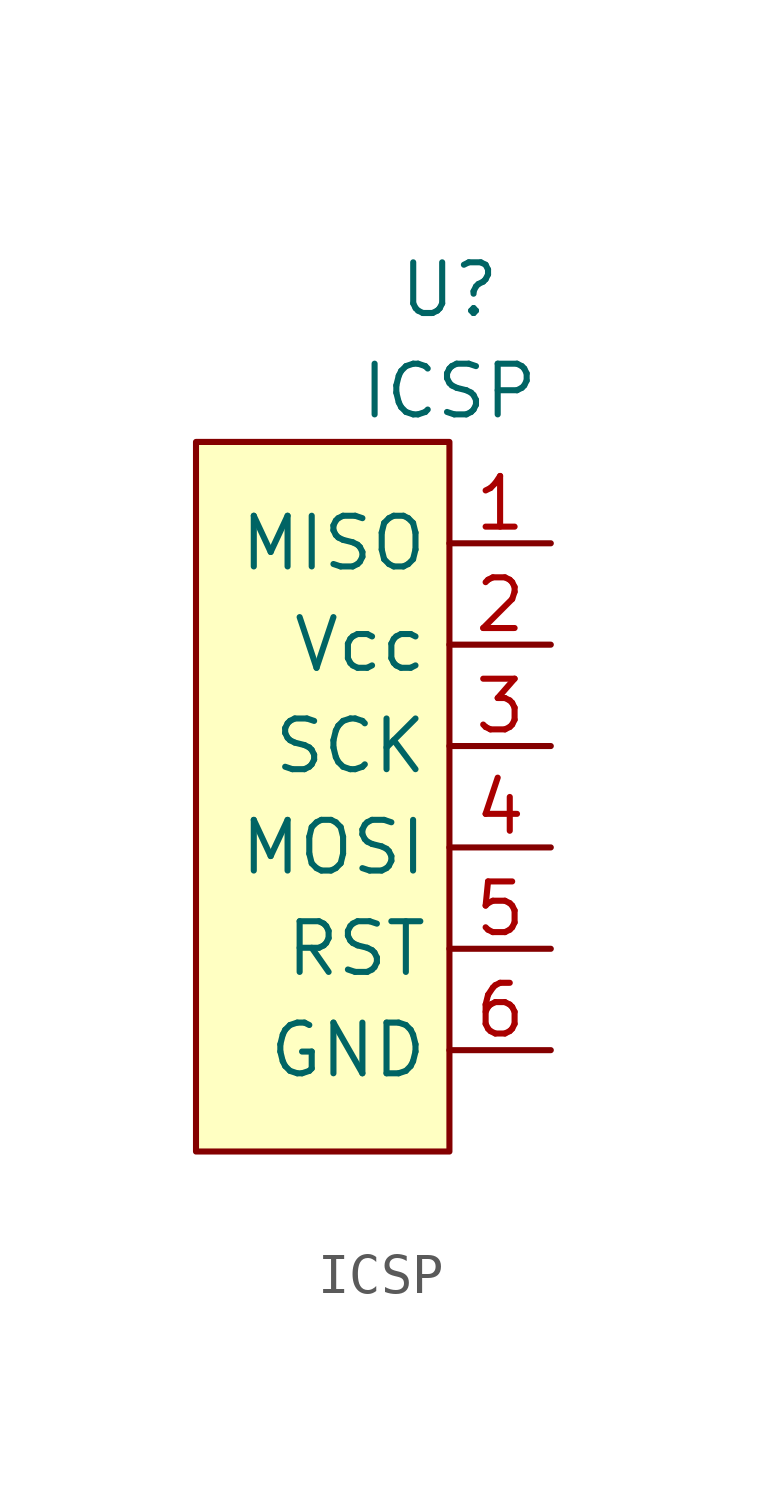
<source format=kicad_sym>
(kicad_symbol_lib
  (version 20211014)
  (generator kicad_symbol_editor)
  (symbol "ICSP"
    (property "Reference" "U"
      (at 0 7.62 0)
      (effects (font (size 1.27 1.27))))
    (property "Value" "ICSP"
      (at 0 5.08 0)
      (effects (font (size 1.27 1.27))))
    (symbol "ICSP_0_1"
      (rectangle (start -6.35 3.81) (end 0 -13.97) (stroke (width 0) (type default) (color 0 0 0 0)) (fill (type background))))
    (symbol "ICSP_1_1"
      (pin output line (at 2.54 1.27 180) (length 2.54) (name "MISO" (effects (font (size 1.27 1.27)))) (number "1" (effects (font (size 1.27 1.27)))))
      (pin free line (at 2.54 -1.27 180) (length 2.54) (name "Vcc" (effects (font (size 1.27 1.27)))) (number "2" (effects (font (size 1.27 1.27)))))
      (pin input line (at 2.54 -3.81 180) (length 2.54) (name "SCK" (effects (font (size 1.27 1.27)))) (number "3" (effects (font (size 1.27 1.27)))))
      (pin input line (at 2.54 -6.35 180) (length 2.54) (name "MOSI" (effects (font (size 1.27 1.27)))) (number "4" (effects (font (size 1.27 1.27)))))
      (pin output line (at 2.54 -8.89 180) (length 2.54) (name "RST" (effects (font (size 1.27 1.27)))) (number "5" (effects (font (size 1.27 1.27)))))
      (pin free line (at 2.54 -11.43 180) (length 2.54) (name "GND" (effects (font (size 1.27 1.27)))) (number "6" (effects (font (size 1.27 1.27))))))))
</source>
